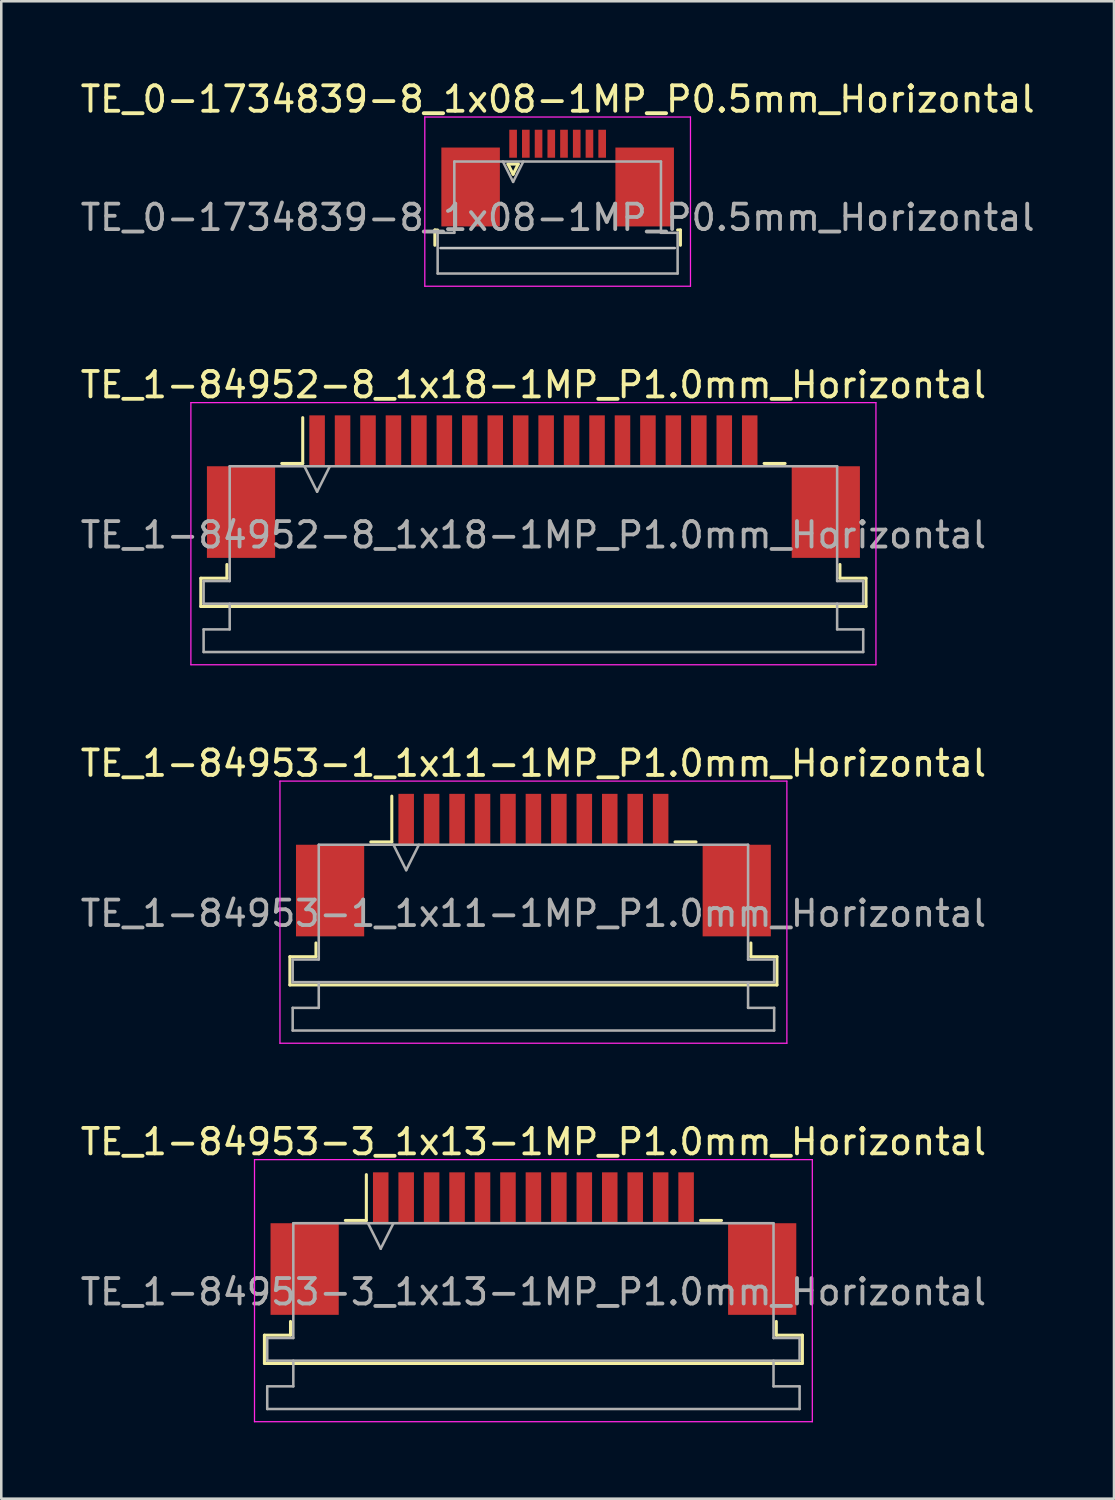
<source format=kicad_pcb>
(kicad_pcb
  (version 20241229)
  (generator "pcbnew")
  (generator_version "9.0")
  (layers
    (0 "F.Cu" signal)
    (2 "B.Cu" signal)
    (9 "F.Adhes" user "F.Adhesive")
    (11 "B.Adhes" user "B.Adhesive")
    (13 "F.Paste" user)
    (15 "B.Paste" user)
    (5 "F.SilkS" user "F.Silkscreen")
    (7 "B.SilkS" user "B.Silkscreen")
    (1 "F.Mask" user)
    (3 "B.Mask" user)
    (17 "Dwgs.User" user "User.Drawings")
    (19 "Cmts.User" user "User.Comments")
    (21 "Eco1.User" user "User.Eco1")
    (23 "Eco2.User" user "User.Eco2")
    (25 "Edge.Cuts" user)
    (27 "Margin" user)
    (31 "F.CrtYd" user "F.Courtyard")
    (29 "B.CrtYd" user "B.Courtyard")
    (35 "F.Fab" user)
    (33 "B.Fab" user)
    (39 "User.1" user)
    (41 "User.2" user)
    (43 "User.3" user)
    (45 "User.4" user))
  (footprint "TE_1-84952-8_1x18-1MP_P1.0mm_Horizontal"
    (layer "F.Cu")
    (at 17.911 16.072)
    (property "Reference" "TE_1-84952-8_1x18-1MP_P1.0mm_Horizontal" (at 0 -4 0) (layer "F.SilkS") (effects (font (size 1 1) (thickness 0.15))))
    (attr smd)
    (fp_line (start -13.07 3.6) (end -12.045 3.6) (stroke (width 0.12) (type solid)) (layer "F.SilkS"))
    (fp_line (start -13.07 4.71) (end -13.07 3.6) (stroke (width 0.12) (type solid)) (layer "F.SilkS"))
    (fp_line (start -12.045 3.6) (end -12.045 3.06) (stroke (width 0.12) (type solid)) (layer "F.SilkS"))
    (fp_line (start -9.89 -0.91) (end -9.065 -0.91) (stroke (width 0.12) (type solid)) (layer "F.SilkS"))
    (fp_line (start -9.065 -0.91) (end -9.065 -2.71) (stroke (width 0.12) (type solid)) (layer "F.SilkS"))
    (fp_line (start 9.065 -0.91) (end 9.89 -0.91) (stroke (width 0.12) (type solid)) (layer "F.SilkS"))
    (fp_line (start 12.045 3.06) (end 12.045 3.6) (stroke (width 0.12) (type solid)) (layer "F.SilkS"))
    (fp_line (start 12.045 3.6) (end 13.07 3.6) (stroke (width 0.12) (type solid)) (layer "F.SilkS"))
    (fp_line (start 13.07 3.6) (end 13.07 4.71) (stroke (width 0.12) (type solid)) (layer "F.SilkS"))
    (fp_line (start 13.07 4.71) (end -13.07 4.71) (stroke (width 0.12) (type solid)) (layer "F.SilkS"))
    (fp_line (start -13.46 -3.3) (end -13.46 7) (stroke (width 0.05) (type solid)) (layer "F.CrtYd"))
    (fp_line (start -13.46 7) (end 13.46 7) (stroke (width 0.05) (type solid)) (layer "F.CrtYd"))
    (fp_line (start 13.46 -3.3) (end -13.46 -3.3) (stroke (width 0.05) (type solid)) (layer "F.CrtYd"))
    (fp_line (start 13.46 7) (end 13.46 -3.3) (stroke (width 0.05) (type solid)) (layer "F.CrtYd"))
    (fp_line (start -12.96 3.71) (end -11.935 3.71) (stroke (width 0.1) (type solid)) (layer "F.Fab"))
    (fp_line (start -12.96 4.6) (end -12.96 3.71) (stroke (width 0.1) (type solid)) (layer "F.Fab"))
    (fp_line (start -12.96 5.61) (end -11.935 5.61) (stroke (width 0.1) (type solid)) (layer "F.Fab"))
    (fp_line (start -12.96 6.5) (end -12.96 5.61) (stroke (width 0.1) (type solid)) (layer "F.Fab"))
    (fp_line (start -11.935 -0.8) (end 11.935 -0.8) (stroke (width 0.1) (type solid)) (layer "F.Fab"))
    (fp_line (start -11.935 3.71) (end -11.935 -0.8) (stroke (width 0.1) (type solid)) (layer "F.Fab"))
    (fp_line (start -11.935 5.61) (end -11.935 4.6) (stroke (width 0.1) (type solid)) (layer "F.Fab"))
    (fp_line (start -9 -0.8) (end -8.5 0.2) (stroke (width 0.1) (type solid)) (layer "F.Fab"))
    (fp_line (start -8.5 0.2) (end -8 -0.8) (stroke (width 0.1) (type solid)) (layer "F.Fab"))
    (fp_line (start 11.935 -0.8) (end 11.935 3.71) (stroke (width 0.1) (type solid)) (layer "F.Fab"))
    (fp_line (start 11.935 3.71) (end 12.96 3.71) (stroke (width 0.1) (type solid)) (layer "F.Fab"))
    (fp_line (start 11.935 4.6) (end 11.935 5.61) (stroke (width 0.1) (type solid)) (layer "F.Fab"))
    (fp_line (start 11.935 5.61) (end 12.96 5.61) (stroke (width 0.1) (type solid)) (layer "F.Fab"))
    (fp_line (start 12.96 3.71) (end 12.96 4.6) (stroke (width 0.1) (type solid)) (layer "F.Fab"))
    (fp_line (start 12.96 4.6) (end -12.96 4.6) (stroke (width 0.1) (type solid)) (layer "F.Fab"))
    (fp_line (start 12.96 5.61) (end 12.96 6.5) (stroke (width 0.1) (type solid)) (layer "F.Fab"))
    (fp_line (start 12.96 6.5) (end -12.96 6.5) (stroke (width 0.1) (type solid)) (layer "F.Fab"))
    (fp_text user "${REFERENCE}" (at 0 1.9 0) (layer "F.Fab") (effects (font (size 1 1) (thickness 0.15))))
    (pad "1" smd rect (at -8.5 -1.8) (size 0.61 2) (layers "F.Cu" "F.Mask" "F.Paste"))
    (pad "2" smd rect (at -7.5 -1.8) (size 0.61 2) (layers "F.Cu" "F.Mask" "F.Paste"))
    (pad "3" smd rect (at -6.5 -1.8) (size 0.61 2) (layers "F.Cu" "F.Mask" "F.Paste"))
    (pad "4" smd rect (at -5.5 -1.8) (size 0.61 2) (layers "F.Cu" "F.Mask" "F.Paste"))
    (pad "5" smd rect (at -4.5 -1.8) (size 0.61 2) (layers "F.Cu" "F.Mask" "F.Paste"))
    (pad "6" smd rect (at -3.5 -1.8) (size 0.61 2) (layers "F.Cu" "F.Mask" "F.Paste"))
    (pad "7" smd rect (at -2.5 -1.8) (size 0.61 2) (layers "F.Cu" "F.Mask" "F.Paste"))
    (pad "8" smd rect (at -1.5 -1.8) (size 0.61 2) (layers "F.Cu" "F.Mask" "F.Paste"))
    (pad "9" smd rect (at -0.5 -1.8) (size 0.61 2) (layers "F.Cu" "F.Mask" "F.Paste"))
    (pad "10" smd rect (at 0.5 -1.8) (size 0.61 2) (layers "F.Cu" "F.Mask" "F.Paste"))
    (pad "11" smd rect (at 1.5 -1.8) (size 0.61 2) (layers "F.Cu" "F.Mask" "F.Paste"))
    (pad "12" smd rect (at 2.5 -1.8) (size 0.61 2) (layers "F.Cu" "F.Mask" "F.Paste"))
    (pad "13" smd rect (at 3.5 -1.8) (size 0.61 2) (layers "F.Cu" "F.Mask" "F.Paste"))
    (pad "14" smd rect (at 4.5 -1.8) (size 0.61 2) (layers "F.Cu" "F.Mask" "F.Paste"))
    (pad "15" smd rect (at 5.5 -1.8) (size 0.61 2) (layers "F.Cu" "F.Mask" "F.Paste"))
    (pad "16" smd rect (at 6.5 -1.8) (size 0.61 2) (layers "F.Cu" "F.Mask" "F.Paste"))
    (pad "17" smd rect (at 7.5 -1.8) (size 0.61 2) (layers "F.Cu" "F.Mask" "F.Paste"))
    (pad "18" smd rect (at 8.5 -1.8) (size 0.61 2) (layers "F.Cu" "F.Mask" "F.Paste"))
    (pad "MP" smd rect (at -11.49 1) (size 2.68 3.6) (layers "F.Cu" "F.Mask" "F.Paste"))
    (pad "MP" smd rect (at 11.49 1) (size 2.68 3.6) (layers "F.Cu" "F.Mask" "F.Paste")))
  (footprint "TE_0-1734839-8_1x08-1MP_P0.5mm_Horizontal"
    (layer "F.Cu")
    (at 18.863 3.948)
    (property "Reference" "TE_0-1734839-8_1x08-1MP_P0.5mm_Horizontal" (at 0 -3.1 0) (layer "F.SilkS") (effects (font (size 1 1) (thickness 0.15))))
    (attr smd)
    (fp_line (start -4.825 2.04) (end -4.825 2.64) (stroke (width 0.12) (type solid)) (layer "F.SilkS"))
    (fp_line (start -4.715 2.04) (end -4.825 2.04) (stroke (width 0.12) (type solid)) (layer "F.SilkS"))
    (fp_line (start -1.95 -0.55) (end -1.75 -0.15) (stroke (width 0.12) (type solid)) (layer "F.SilkS"))
    (fp_line (start -1.75 -0.15) (end -1.55 -0.55) (stroke (width 0.12) (type solid)) (layer "F.SilkS"))
    (fp_line (start -1.55 -0.55) (end -1.95 -0.55) (stroke (width 0.12) (type solid)) (layer "F.SilkS"))
    (fp_line (start 4.715 2.04) (end 4.825 2.04) (stroke (width 0.12) (type solid)) (layer "F.SilkS"))
    (fp_line (start 4.825 2.04) (end 4.825 2.64) (stroke (width 0.12) (type solid)) (layer "F.SilkS"))
    (fp_line (start 4.605 2.75) (end -4.605 2.75) (stroke (width 0.1) (type solid)) (layer "Dwgs.User"))
    (fp_line (start -5.22 -2.4) (end -5.22 4.25) (stroke (width 0.05) (type solid)) (layer "F.CrtYd"))
    (fp_line (start -5.22 4.25) (end 5.22 4.25) (stroke (width 0.05) (type solid)) (layer "F.CrtYd"))
    (fp_line (start 5.22 -2.4) (end -5.22 -2.4) (stroke (width 0.05) (type solid)) (layer "F.CrtYd"))
    (fp_line (start 5.22 4.25) (end 5.22 -2.4) (stroke (width 0.05) (type solid)) (layer "F.CrtYd"))
    (fp_line (start -4.715 2.15) (end -4.06 2.15) (stroke (width 0.1) (type solid)) (layer "F.Fab"))
    (fp_line (start -4.715 3.75) (end -4.715 2.15) (stroke (width 0.1) (type solid)) (layer "F.Fab"))
    (fp_line (start -4.06 -0.65) (end 4.06 -0.65) (stroke (width 0.1) (type solid)) (layer "F.Fab"))
    (fp_line (start -4.06 2.15) (end -4.06 -0.65) (stroke (width 0.1) (type solid)) (layer "F.Fab"))
    (fp_line (start -2.15 -0.65) (end -1.75 0.15) (stroke (width 0.1) (type solid)) (layer "F.Fab"))
    (fp_line (start -1.75 0.15) (end -1.35 -0.65) (stroke (width 0.1) (type solid)) (layer "F.Fab"))
    (fp_line (start 4.06 -0.65) (end 4.06 2.15) (stroke (width 0.1) (type solid)) (layer "F.Fab"))
    (fp_line (start 4.06 2.15) (end 4.715 2.15) (stroke (width 0.1) (type solid)) (layer "F.Fab"))
    (fp_line (start 4.715 2.15) (end 4.715 3.75) (stroke (width 0.1) (type solid)) (layer "F.Fab"))
    (fp_line (start 4.715 3.75) (end -4.715 3.75) (stroke (width 0.1) (type solid)) (layer "F.Fab"))
    (fp_text user "${REFERENCE}" (at 0 1.55 0) (layer "F.Fab") (effects (font (size 1 1) (thickness 0.15))))
    (pad "1" smd rect (at -1.75 -1.35) (size 0.3 1.1) (layers "F.Cu" "F.Mask" "F.Paste"))
    (pad "2" smd rect (at -1.25 -1.35) (size 0.3 1.1) (layers "F.Cu" "F.Mask" "F.Paste"))
    (pad "3" smd rect (at -0.75 -1.35) (size 0.3 1.1) (layers "F.Cu" "F.Mask" "F.Paste"))
    (pad "4" smd rect (at -0.25 -1.35) (size 0.3 1.1) (layers "F.Cu" "F.Mask" "F.Paste"))
    (pad "5" smd rect (at 0.25 -1.35) (size 0.3 1.1) (layers "F.Cu" "F.Mask" "F.Paste"))
    (pad "6" smd rect (at 0.75 -1.35) (size 0.3 1.1) (layers "F.Cu" "F.Mask" "F.Paste"))
    (pad "7" smd rect (at 1.25 -1.35) (size 0.3 1.1) (layers "F.Cu" "F.Mask" "F.Paste"))
    (pad "8" smd rect (at 1.75 -1.35) (size 0.3 1.1) (layers "F.Cu" "F.Mask" "F.Paste"))
    (pad "MP" smd rect (at -3.42 0.35) (size 2.3 3.1) (layers "F.Cu" "F.Mask" "F.Paste"))
    (pad "MP" smd rect (at 3.42 0.35) (size 2.3 3.1) (layers "F.Cu" "F.Mask" "F.Paste")))
  (footprint "TE_1-84953-1_1x11-1MP_P1.0mm_Horizontal"
    (layer "F.Cu")
    (at 17.911 30.945)
    (property "Reference" "TE_1-84953-1_1x11-1MP_P1.0mm_Horizontal" (at 0 -4 0) (layer "F.SilkS") (effects (font (size 1 1) (thickness 0.15))))
    (attr smd)
    (fp_line (start -9.57 3.6) (end -8.545 3.6) (stroke (width 0.12) (type solid)) (layer "F.SilkS"))
    (fp_line (start -9.57 4.71) (end -9.57 3.6) (stroke (width 0.12) (type solid)) (layer "F.SilkS"))
    (fp_line (start -8.545 3.6) (end -8.545 3.06) (stroke (width 0.12) (type solid)) (layer "F.SilkS"))
    (fp_line (start -6.39 -0.91) (end -5.565 -0.91) (stroke (width 0.12) (type solid)) (layer "F.SilkS"))
    (fp_line (start -5.565 -0.91) (end -5.565 -2.71) (stroke (width 0.12) (type solid)) (layer "F.SilkS"))
    (fp_line (start 5.565 -0.91) (end 6.39 -0.91) (stroke (width 0.12) (type solid)) (layer "F.SilkS"))
    (fp_line (start 8.545 3.06) (end 8.545 3.6) (stroke (width 0.12) (type solid)) (layer "F.SilkS"))
    (fp_line (start 8.545 3.6) (end 9.57 3.6) (stroke (width 0.12) (type solid)) (layer "F.SilkS"))
    (fp_line (start 9.57 3.6) (end 9.57 4.71) (stroke (width 0.12) (type solid)) (layer "F.SilkS"))
    (fp_line (start 9.57 4.71) (end -9.57 4.71) (stroke (width 0.12) (type solid)) (layer "F.SilkS"))
    (fp_line (start -9.96 -3.3) (end -9.96 7) (stroke (width 0.05) (type solid)) (layer "F.CrtYd"))
    (fp_line (start -9.96 7) (end 9.96 7) (stroke (width 0.05) (type solid)) (layer "F.CrtYd"))
    (fp_line (start 9.96 -3.3) (end -9.96 -3.3) (stroke (width 0.05) (type solid)) (layer "F.CrtYd"))
    (fp_line (start 9.96 7) (end 9.96 -3.3) (stroke (width 0.05) (type solid)) (layer "F.CrtYd"))
    (fp_line (start -9.46 3.71) (end -8.435 3.71) (stroke (width 0.1) (type solid)) (layer "F.Fab"))
    (fp_line (start -9.46 4.6) (end -9.46 3.71) (stroke (width 0.1) (type solid)) (layer "F.Fab"))
    (fp_line (start -9.46 5.61) (end -8.435 5.61) (stroke (width 0.1) (type solid)) (layer "F.Fab"))
    (fp_line (start -9.46 6.5) (end -9.46 5.61) (stroke (width 0.1) (type solid)) (layer "F.Fab"))
    (fp_line (start -8.435 -0.8) (end 8.435 -0.8) (stroke (width 0.1) (type solid)) (layer "F.Fab"))
    (fp_line (start -8.435 3.71) (end -8.435 -0.8) (stroke (width 0.1) (type solid)) (layer "F.Fab"))
    (fp_line (start -8.435 5.61) (end -8.435 4.6) (stroke (width 0.1) (type solid)) (layer "F.Fab"))
    (fp_line (start -5.5 -0.8) (end -5 0.2) (stroke (width 0.1) (type solid)) (layer "F.Fab"))
    (fp_line (start -5 0.2) (end -4.5 -0.8) (stroke (width 0.1) (type solid)) (layer "F.Fab"))
    (fp_line (start 8.435 -0.8) (end 8.435 3.71) (stroke (width 0.1) (type solid)) (layer "F.Fab"))
    (fp_line (start 8.435 3.71) (end 9.46 3.71) (stroke (width 0.1) (type solid)) (layer "F.Fab"))
    (fp_line (start 8.435 4.6) (end 8.435 5.61) (stroke (width 0.1) (type solid)) (layer "F.Fab"))
    (fp_line (start 8.435 5.61) (end 9.46 5.61) (stroke (width 0.1) (type solid)) (layer "F.Fab"))
    (fp_line (start 9.46 3.71) (end 9.46 4.6) (stroke (width 0.1) (type solid)) (layer "F.Fab"))
    (fp_line (start 9.46 4.6) (end -9.46 4.6) (stroke (width 0.1) (type solid)) (layer "F.Fab"))
    (fp_line (start 9.46 5.61) (end 9.46 6.5) (stroke (width 0.1) (type solid)) (layer "F.Fab"))
    (fp_line (start 9.46 6.5) (end -9.46 6.5) (stroke (width 0.1) (type solid)) (layer "F.Fab"))
    (fp_text user "${REFERENCE}" (at 0 1.9 0) (layer "F.Fab") (effects (font (size 1 1) (thickness 0.15))))
    (pad "1" smd rect (at -5 -1.8) (size 0.61 2) (layers "F.Cu" "F.Mask" "F.Paste"))
    (pad "2" smd rect (at -4 -1.8) (size 0.61 2) (layers "F.Cu" "F.Mask" "F.Paste"))
    (pad "3" smd rect (at -3 -1.8) (size 0.61 2) (layers "F.Cu" "F.Mask" "F.Paste"))
    (pad "4" smd rect (at -2 -1.8) (size 0.61 2) (layers "F.Cu" "F.Mask" "F.Paste"))
    (pad "5" smd rect (at -1 -1.8) (size 0.61 2) (layers "F.Cu" "F.Mask" "F.Paste"))
    (pad "6" smd rect (at 0 -1.8) (size 0.61 2) (layers "F.Cu" "F.Mask" "F.Paste"))
    (pad "7" smd rect (at 1 -1.8) (size 0.61 2) (layers "F.Cu" "F.Mask" "F.Paste"))
    (pad "8" smd rect (at 2 -1.8) (size 0.61 2) (layers "F.Cu" "F.Mask" "F.Paste"))
    (pad "9" smd rect (at 3 -1.8) (size 0.61 2) (layers "F.Cu" "F.Mask" "F.Paste"))
    (pad "10" smd rect (at 4 -1.8) (size 0.61 2) (layers "F.Cu" "F.Mask" "F.Paste"))
    (pad "11" smd rect (at 5 -1.8) (size 0.61 2) (layers "F.Cu" "F.Mask" "F.Paste"))
    (pad "MP" smd rect (at -7.99 1) (size 2.68 3.6) (layers "F.Cu" "F.Mask" "F.Paste"))
    (pad "MP" smd rect (at 7.99 1) (size 2.68 3.6) (layers "F.Cu" "F.Mask" "F.Paste")))
  (footprint "TE_1-84953-3_1x13-1MP_P1.0mm_Horizontal"
    (layer "F.Cu")
    (at 17.911 45.818)
    (property "Reference" "TE_1-84953-3_1x13-1MP_P1.0mm_Horizontal" (at 0 -4 0) (layer "F.SilkS") (effects (font (size 1 1) (thickness 0.15))))
    (attr smd)
    (fp_line (start -10.57 3.6) (end -9.545 3.6) (stroke (width 0.12) (type solid)) (layer "F.SilkS"))
    (fp_line (start -10.57 4.71) (end -10.57 3.6) (stroke (width 0.12) (type solid)) (layer "F.SilkS"))
    (fp_line (start -9.545 3.6) (end -9.545 3.06) (stroke (width 0.12) (type solid)) (layer "F.SilkS"))
    (fp_line (start -7.39 -0.91) (end -6.565 -0.91) (stroke (width 0.12) (type solid)) (layer "F.SilkS"))
    (fp_line (start -6.565 -0.91) (end -6.565 -2.71) (stroke (width 0.12) (type solid)) (layer "F.SilkS"))
    (fp_line (start 6.565 -0.91) (end 7.39 -0.91) (stroke (width 0.12) (type solid)) (layer "F.SilkS"))
    (fp_line (start 9.545 3.06) (end 9.545 3.6) (stroke (width 0.12) (type solid)) (layer "F.SilkS"))
    (fp_line (start 9.545 3.6) (end 10.57 3.6) (stroke (width 0.12) (type solid)) (layer "F.SilkS"))
    (fp_line (start 10.57 3.6) (end 10.57 4.71) (stroke (width 0.12) (type solid)) (layer "F.SilkS"))
    (fp_line (start 10.57 4.71) (end -10.57 4.71) (stroke (width 0.12) (type solid)) (layer "F.SilkS"))
    (fp_line (start -10.96 -3.3) (end -10.96 7) (stroke (width 0.05) (type solid)) (layer "F.CrtYd"))
    (fp_line (start -10.96 7) (end 10.96 7) (stroke (width 0.05) (type solid)) (layer "F.CrtYd"))
    (fp_line (start 10.96 -3.3) (end -10.96 -3.3) (stroke (width 0.05) (type solid)) (layer "F.CrtYd"))
    (fp_line (start 10.96 7) (end 10.96 -3.3) (stroke (width 0.05) (type solid)) (layer "F.CrtYd"))
    (fp_line (start -10.46 3.71) (end -9.435 3.71) (stroke (width 0.1) (type solid)) (layer "F.Fab"))
    (fp_line (start -10.46 4.6) (end -10.46 3.71) (stroke (width 0.1) (type solid)) (layer "F.Fab"))
    (fp_line (start -10.46 5.61) (end -9.435 5.61) (stroke (width 0.1) (type solid)) (layer "F.Fab"))
    (fp_line (start -10.46 6.5) (end -10.46 5.61) (stroke (width 0.1) (type solid)) (layer "F.Fab"))
    (fp_line (start -9.435 -0.8) (end 9.435 -0.8) (stroke (width 0.1) (type solid)) (layer "F.Fab"))
    (fp_line (start -9.435 3.71) (end -9.435 -0.8) (stroke (width 0.1) (type solid)) (layer "F.Fab"))
    (fp_line (start -9.435 5.61) (end -9.435 4.6) (stroke (width 0.1) (type solid)) (layer "F.Fab"))
    (fp_line (start -6.5 -0.8) (end -6 0.2) (stroke (width 0.1) (type solid)) (layer "F.Fab"))
    (fp_line (start -6 0.2) (end -5.5 -0.8) (stroke (width 0.1) (type solid)) (layer "F.Fab"))
    (fp_line (start 9.435 -0.8) (end 9.435 3.71) (stroke (width 0.1) (type solid)) (layer "F.Fab"))
    (fp_line (start 9.435 3.71) (end 10.46 3.71) (stroke (width 0.1) (type solid)) (layer "F.Fab"))
    (fp_line (start 9.435 4.6) (end 9.435 5.61) (stroke (width 0.1) (type solid)) (layer "F.Fab"))
    (fp_line (start 9.435 5.61) (end 10.46 5.61) (stroke (width 0.1) (type solid)) (layer "F.Fab"))
    (fp_line (start 10.46 3.71) (end 10.46 4.6) (stroke (width 0.1) (type solid)) (layer "F.Fab"))
    (fp_line (start 10.46 4.6) (end -10.46 4.6) (stroke (width 0.1) (type solid)) (layer "F.Fab"))
    (fp_line (start 10.46 5.61) (end 10.46 6.5) (stroke (width 0.1) (type solid)) (layer "F.Fab"))
    (fp_line (start 10.46 6.5) (end -10.46 6.5) (stroke (width 0.1) (type solid)) (layer "F.Fab"))
    (fp_text user "${REFERENCE}" (at 0 1.9 0) (layer "F.Fab") (effects (font (size 1 1) (thickness 0.15))))
    (pad "1" smd rect (at -6 -1.8) (size 0.61 2) (layers "F.Cu" "F.Mask" "F.Paste"))
    (pad "2" smd rect (at -5 -1.8) (size 0.61 2) (layers "F.Cu" "F.Mask" "F.Paste"))
    (pad "3" smd rect (at -4 -1.8) (size 0.61 2) (layers "F.Cu" "F.Mask" "F.Paste"))
    (pad "4" smd rect (at -3 -1.8) (size 0.61 2) (layers "F.Cu" "F.Mask" "F.Paste"))
    (pad "5" smd rect (at -2 -1.8) (size 0.61 2) (layers "F.Cu" "F.Mask" "F.Paste"))
    (pad "6" smd rect (at -1 -1.8) (size 0.61 2) (layers "F.Cu" "F.Mask" "F.Paste"))
    (pad "7" smd rect (at 0 -1.8) (size 0.61 2) (layers "F.Cu" "F.Mask" "F.Paste"))
    (pad "8" smd rect (at 1 -1.8) (size 0.61 2) (layers "F.Cu" "F.Mask" "F.Paste"))
    (pad "9" smd rect (at 2 -1.8) (size 0.61 2) (layers "F.Cu" "F.Mask" "F.Paste"))
    (pad "10" smd rect (at 3 -1.8) (size 0.61 2) (layers "F.Cu" "F.Mask" "F.Paste"))
    (pad "11" smd rect (at 4 -1.8) (size 0.61 2) (layers "F.Cu" "F.Mask" "F.Paste"))
    (pad "12" smd rect (at 5 -1.8) (size 0.61 2) (layers "F.Cu" "F.Mask" "F.Paste"))
    (pad "13" smd rect (at 6 -1.8) (size 0.61 2) (layers "F.Cu" "F.Mask" "F.Paste"))
    (pad "MP" smd rect (at -8.99 1) (size 2.68 3.6) (layers "F.Cu" "F.Mask" "F.Paste"))
    (pad "MP" smd rect (at 8.99 1) (size 2.68 3.6) (layers "F.Cu" "F.Mask" "F.Paste")))
  (gr_rect
    (start -3 -3)
    (end 40.726 55.843)
    (stroke (width 0.1) (type default))
    (fill no)
    (layer "Edge.Cuts")))
</source>
